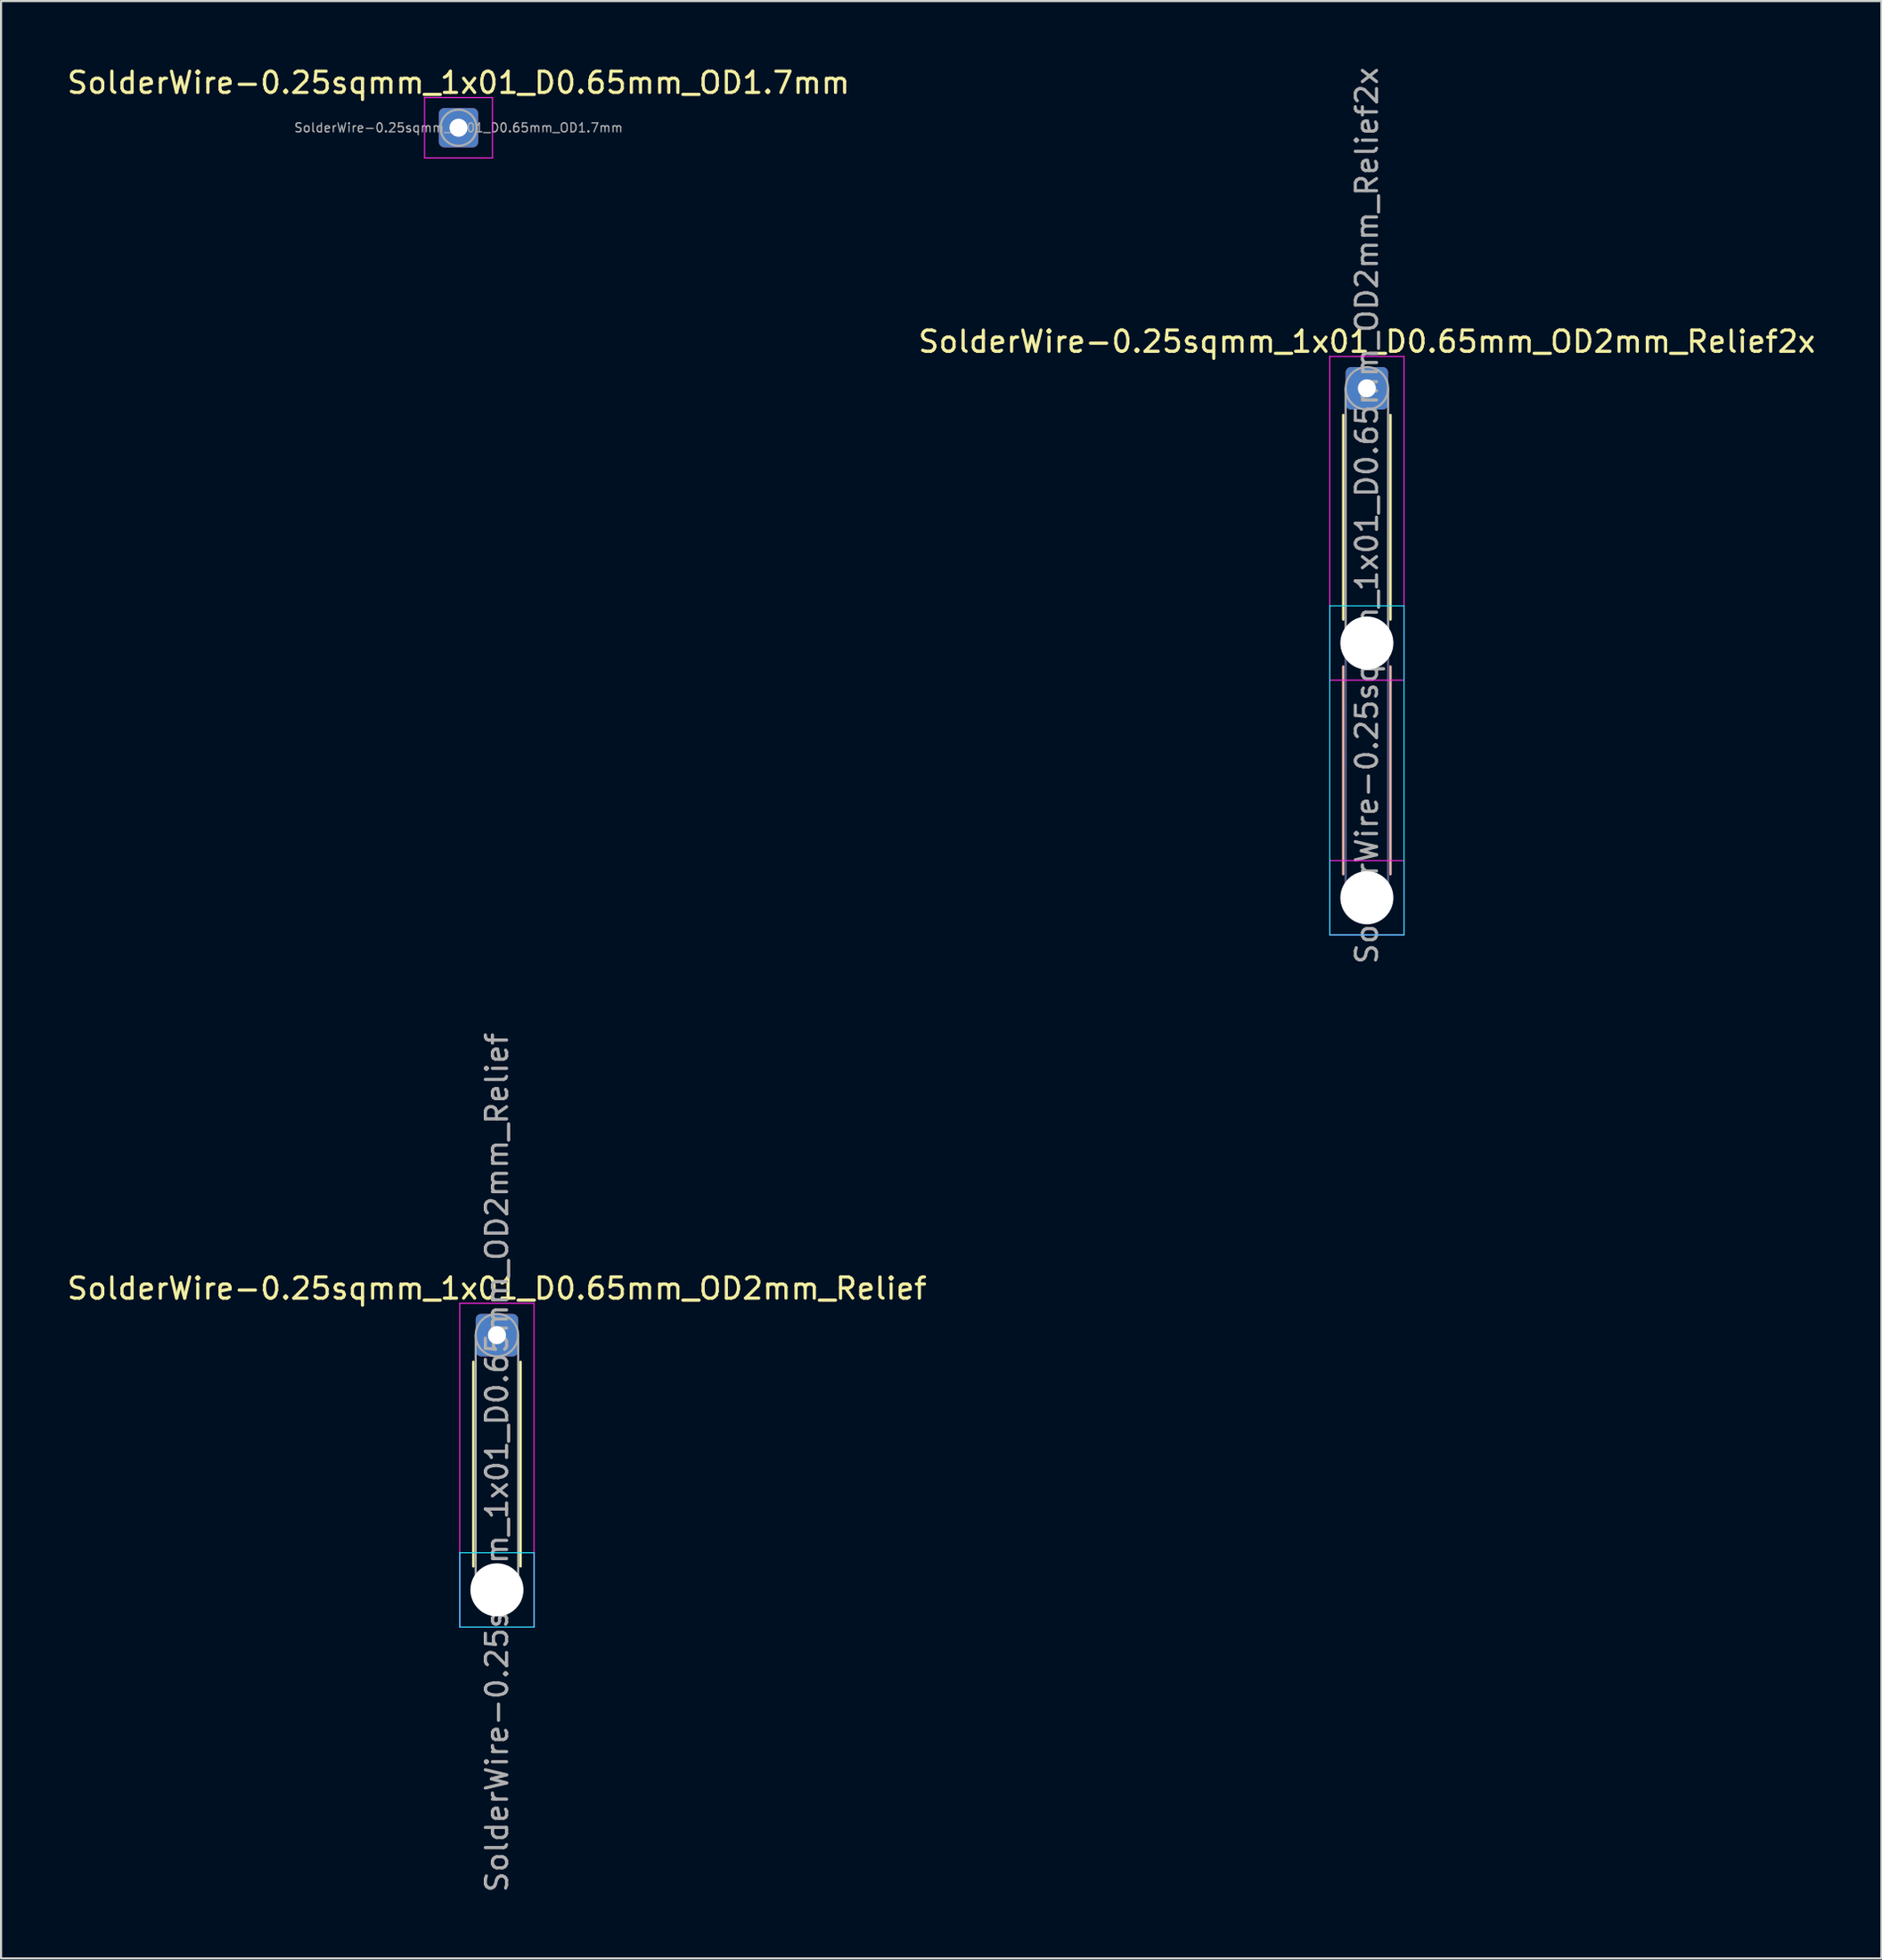
<source format=kicad_pcb>
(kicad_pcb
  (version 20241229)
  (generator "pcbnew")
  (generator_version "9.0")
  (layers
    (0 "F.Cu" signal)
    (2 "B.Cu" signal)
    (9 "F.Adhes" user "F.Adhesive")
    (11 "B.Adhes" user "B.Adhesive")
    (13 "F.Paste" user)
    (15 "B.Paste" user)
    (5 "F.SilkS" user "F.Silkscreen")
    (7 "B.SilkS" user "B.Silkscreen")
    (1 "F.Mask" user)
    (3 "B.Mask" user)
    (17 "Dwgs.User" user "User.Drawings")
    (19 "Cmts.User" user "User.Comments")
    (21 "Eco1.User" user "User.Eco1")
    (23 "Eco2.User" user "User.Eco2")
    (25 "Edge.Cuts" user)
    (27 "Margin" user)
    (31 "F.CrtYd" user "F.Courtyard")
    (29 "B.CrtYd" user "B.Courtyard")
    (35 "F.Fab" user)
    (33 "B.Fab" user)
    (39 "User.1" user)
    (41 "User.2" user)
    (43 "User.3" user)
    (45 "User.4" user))
  (footprint "SolderWire-0.25sqmm_1x01_D0.65mm_OD2mm_Relief2x"
    (layer "F.Cu")
    (at 61.351 15.244)
    (property "Reference" "SolderWire-0.25sqmm_1x01_D0.65mm_OD2mm_Relief2x" (at 0 -2.2 0) (layer "F.SilkS") (effects (font (size 1 1) (thickness 0.15))))
    (attr exclude_from_pos_files exclude_from_bom)
    (fp_line (start -1.11 1.26) (end -1.11 10.89) (stroke (width 0.12) (type solid)) (layer "F.SilkS"))
    (fp_line (start 1.11 1.26) (end 1.11 10.89) (stroke (width 0.12) (type solid)) (layer "F.SilkS"))
    (fp_line (start -1.11 13.11) (end -1.11 22.89) (stroke (width 0.12) (type solid)) (layer "B.SilkS"))
    (fp_line (start 1.11 13.11) (end 1.11 22.89) (stroke (width 0.12) (type solid)) (layer "B.SilkS"))
    (fp_line (start -1.75 10.25) (end -1.75 25.75) (stroke (width 0.05) (type solid)) (layer "B.CrtYd"))
    (fp_line (start -1.75 25.75) (end 1.75 25.75) (stroke (width 0.05) (type solid)) (layer "B.CrtYd"))
    (fp_line (start 1.75 10.25) (end -1.75 10.25) (stroke (width 0.05) (type solid)) (layer "B.CrtYd"))
    (fp_line (start 1.75 25.75) (end 1.75 10.25) (stroke (width 0.05) (type solid)) (layer "B.CrtYd"))
    (fp_line (start -1.75 -1.5) (end -1.75 13.75) (stroke (width 0.05) (type solid)) (layer "F.CrtYd"))
    (fp_line (start -1.75 13.75) (end 1.75 13.75) (stroke (width 0.05) (type solid)) (layer "F.CrtYd"))
    (fp_line (start -1.75 22.25) (end -1.75 25.75) (stroke (width 0.05) (type solid)) (layer "F.CrtYd"))
    (fp_line (start -1.75 25.75) (end 1.75 25.75) (stroke (width 0.05) (type solid)) (layer "F.CrtYd"))
    (fp_line (start 1.75 -1.5) (end -1.75 -1.5) (stroke (width 0.05) (type solid)) (layer "F.CrtYd"))
    (fp_line (start 1.75 13.75) (end 1.75 -1.5) (stroke (width 0.05) (type solid)) (layer "F.CrtYd"))
    (fp_line (start 1.75 22.25) (end -1.75 22.25) (stroke (width 0.05) (type solid)) (layer "F.CrtYd"))
    (fp_line (start 1.75 25.75) (end 1.75 22.25) (stroke (width 0.05) (type solid)) (layer "F.CrtYd"))
    (fp_line (start -1 12) (end -1 24) (stroke (width 0.1) (type solid)) (layer "B.Fab"))
    (fp_line (start 1 12) (end 1 24) (stroke (width 0.1) (type solid)) (layer "B.Fab"))
    (fp_circle (center 0 12) (end 1 12) (stroke (width 0.1) (type solid)) (fill no) (layer "B.Fab"))
    (fp_circle (center 0 24) (end 1 24) (stroke (width 0.1) (type solid)) (fill no) (layer "B.Fab"))
    (fp_line (start -1 0) (end -1 12) (stroke (width 0.1) (type solid)) (layer "F.Fab"))
    (fp_line (start 1 0) (end 1 12) (stroke (width 0.1) (type solid)) (layer "F.Fab"))
    (fp_circle (center 0 0) (end 1 0) (stroke (width 0.1) (type solid)) (fill no) (layer "F.Fab"))
    (fp_circle (center 0 12) (end 1 12) (stroke (width 0.1) (type solid)) (fill no) (layer "F.Fab"))
    (fp_circle (center 0 24) (end 1 24) (stroke (width 0.1) (type solid)) (fill no) (layer "F.Fab"))
    (fp_text user "${REFERENCE}" (at 0 6 90) (layer "F.Fab") (effects (font (size 1 1) (thickness 0.15))))
    (pad "" np_thru_hole circle (at 0 12) (size 2.5 2.5) (drill 2.5) (layers "*.Cu" "*.Mask"))
    (pad "" np_thru_hole circle (at 0 24) (size 2.5 2.5) (drill 2.5) (layers "*.Cu" "*.Mask"))
    (pad "1" thru_hole roundrect (at 0 0) (size 2 2) (drill 0.85) (layers "*.Cu" "*.Mask") (roundrect_rratio 0.125)))
  (footprint "SolderWire-0.25sqmm_1x01_D0.65mm_OD2mm_Relief"
    (layer "F.Cu")
    (at 20.363 59.851)
    (property "Reference" "SolderWire-0.25sqmm_1x01_D0.65mm_OD2mm_Relief" (at 0 -2.2 0) (layer "F.SilkS") (effects (font (size 1 1) (thickness 0.15))))
    (attr exclude_from_pos_files exclude_from_bom)
    (fp_line (start -1.11 1.26) (end -1.11 10.89) (stroke (width 0.12) (type solid)) (layer "F.SilkS"))
    (fp_line (start 1.11 1.26) (end 1.11 10.89) (stroke (width 0.12) (type solid)) (layer "F.SilkS"))
    (fp_line (start -1.75 10.25) (end -1.75 13.75) (stroke (width 0.05) (type solid)) (layer "B.CrtYd"))
    (fp_line (start -1.75 13.75) (end 1.75 13.75) (stroke (width 0.05) (type solid)) (layer "B.CrtYd"))
    (fp_line (start 1.75 10.25) (end -1.75 10.25) (stroke (width 0.05) (type solid)) (layer "B.CrtYd"))
    (fp_line (start 1.75 13.75) (end 1.75 10.25) (stroke (width 0.05) (type solid)) (layer "B.CrtYd"))
    (fp_line (start -1.75 -1.5) (end -1.75 13.75) (stroke (width 0.05) (type solid)) (layer "F.CrtYd"))
    (fp_line (start -1.75 13.75) (end 1.75 13.75) (stroke (width 0.05) (type solid)) (layer "F.CrtYd"))
    (fp_line (start 1.75 -1.5) (end -1.75 -1.5) (stroke (width 0.05) (type solid)) (layer "F.CrtYd"))
    (fp_line (start 1.75 13.75) (end 1.75 -1.5) (stroke (width 0.05) (type solid)) (layer "F.CrtYd"))
    (fp_line (start -1 0) (end -1 12) (stroke (width 0.1) (type solid)) (layer "F.Fab"))
    (fp_line (start 1 0) (end 1 12) (stroke (width 0.1) (type solid)) (layer "F.Fab"))
    (fp_circle (center 0 0) (end 1 0) (stroke (width 0.1) (type solid)) (fill no) (layer "F.Fab"))
    (fp_circle (center 0 12) (end 1 12) (stroke (width 0.1) (type solid)) (fill no) (layer "F.Fab"))
    (fp_text user "${REFERENCE}" (at 0 6 90) (layer "F.Fab") (effects (font (size 1 1) (thickness 0.15))))
    (pad "" np_thru_hole circle (at 0 12) (size 2.5 2.5) (drill 2.5) (layers "*.Cu" "*.Mask"))
    (pad "1" thru_hole roundrect (at 0 0) (size 2 2) (drill 0.85) (layers "*.Cu" "*.Mask") (roundrect_rratio 0.125)))
  (footprint "SolderWire-0.25sqmm_1x01_D0.65mm_OD1.7mm"
    (layer "F.Cu")
    (at 18.554 2.968)
    (property "Reference" "SolderWire-0.25sqmm_1x01_D0.65mm_OD1.7mm" (at 0 -2.12 0) (layer "F.SilkS") (effects (font (size 1 1) (thickness 0.15))))
    (attr exclude_from_pos_files exclude_from_bom)
    (fp_line (start -1.6 -1.42) (end -1.6 1.42) (stroke (width 0.05) (type solid)) (layer "F.CrtYd"))
    (fp_line (start -1.6 1.42) (end 1.6 1.42) (stroke (width 0.05) (type solid)) (layer "F.CrtYd"))
    (fp_line (start 1.6 -1.42) (end -1.6 -1.42) (stroke (width 0.05) (type solid)) (layer "F.CrtYd"))
    (fp_line (start 1.6 1.42) (end 1.6 -1.42) (stroke (width 0.05) (type solid)) (layer "F.CrtYd"))
    (fp_circle (center 0 0) (end 0.85 0) (stroke (width 0.1) (type solid)) (fill no) (layer "F.Fab"))
    (fp_text user "${REFERENCE}" (at 0 0 0) (layer "F.Fab") (effects (font (size 0.42 0.42) (thickness 0.06))))
    (pad "1" thru_hole roundrect (at 0 0) (size 1.85 1.85) (drill 0.85) (layers "*.Cu" "*.Mask") (roundrect_rratio 0.135)))
  (gr_rect
    (start -3 -3)
    (end 85.595 89.214)
    (stroke (width 0.1) (type default))
    (fill no)
    (layer "Edge.Cuts")))
</source>
